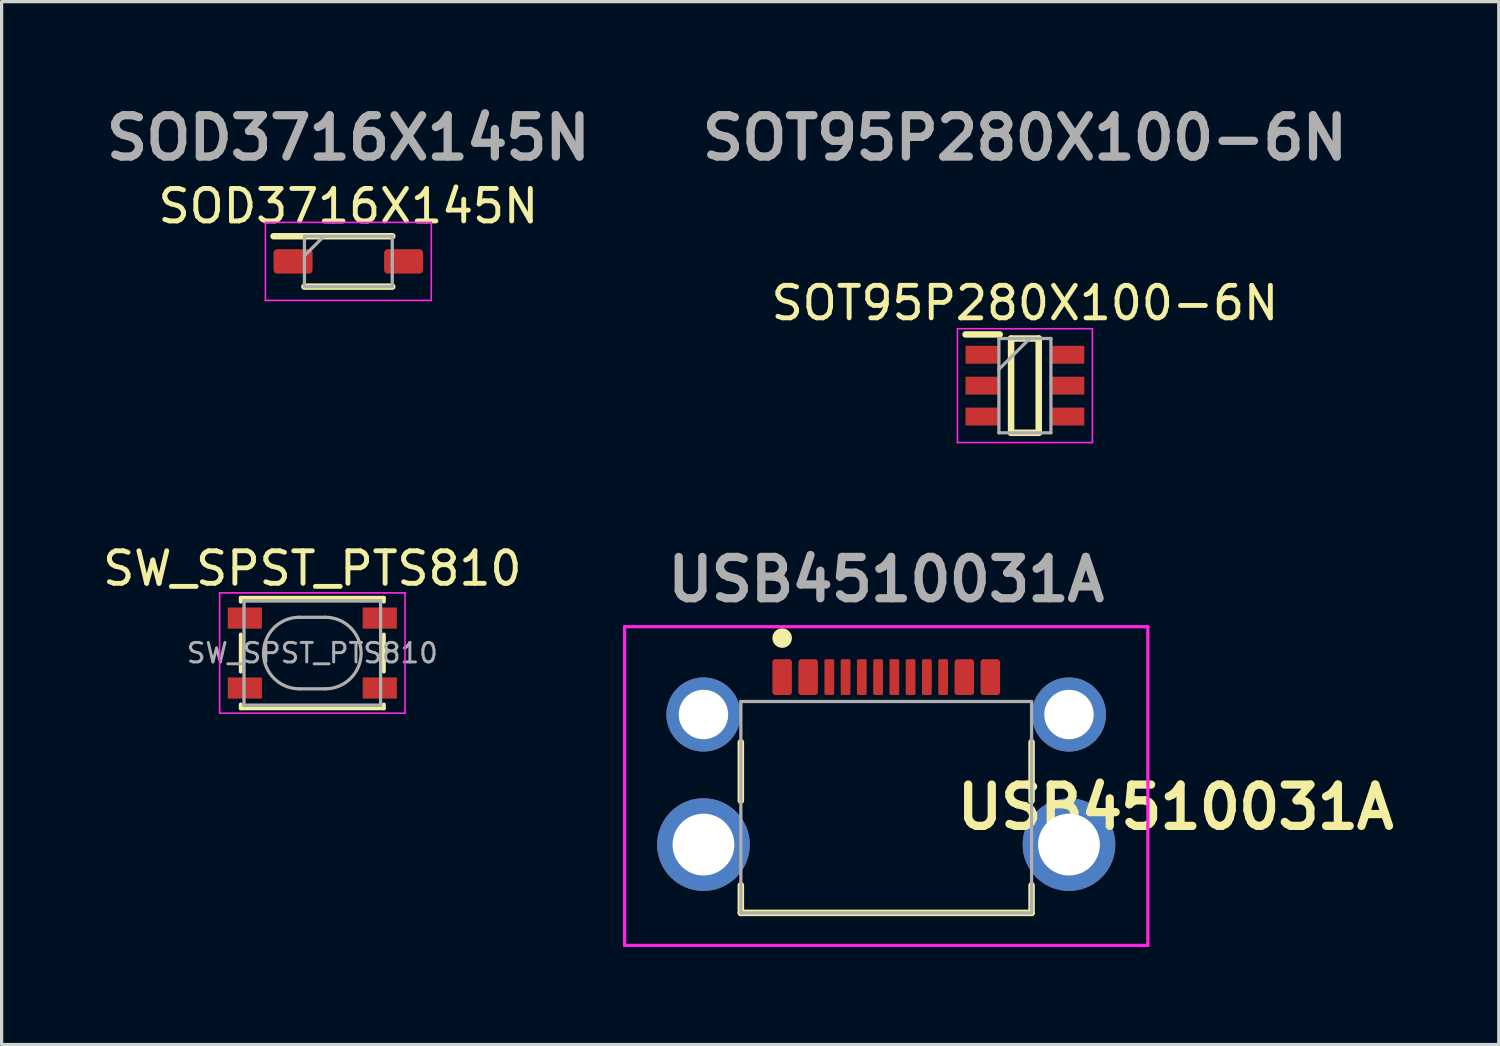
<source format=kicad_pcb>
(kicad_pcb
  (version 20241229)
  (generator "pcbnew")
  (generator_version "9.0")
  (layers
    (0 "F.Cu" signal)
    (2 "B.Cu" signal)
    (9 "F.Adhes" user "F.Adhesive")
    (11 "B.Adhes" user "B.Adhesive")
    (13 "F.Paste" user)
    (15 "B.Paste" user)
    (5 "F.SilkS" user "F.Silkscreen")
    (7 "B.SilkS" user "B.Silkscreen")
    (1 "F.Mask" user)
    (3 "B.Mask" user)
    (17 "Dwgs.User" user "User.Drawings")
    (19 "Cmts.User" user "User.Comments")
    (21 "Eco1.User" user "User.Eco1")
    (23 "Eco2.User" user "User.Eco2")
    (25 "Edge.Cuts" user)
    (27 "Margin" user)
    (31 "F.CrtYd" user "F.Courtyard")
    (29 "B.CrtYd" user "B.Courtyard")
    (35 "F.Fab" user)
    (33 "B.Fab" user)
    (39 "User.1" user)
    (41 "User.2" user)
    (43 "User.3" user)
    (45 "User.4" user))
  (footprint "SOT95P280X100-6N"
    (layer "F.Cu")
    (at 28.467 8.809)
    (property "Reference" "SOT95P280X100-6N" (at 0 -2.54 0) (layer "F.SilkS") (effects (font (size 1 1) (thickness 0.15))))
    (attr smd)
    (fp_line (start -1.825 -1.575) (end -0.775 -1.575) (stroke (width 0.2) (type solid)) (layer "F.SilkS"))
    (fp_line (start -0.425 -1.45) (end 0.425 -1.45) (stroke (width 0.2) (type solid)) (layer "F.SilkS"))
    (fp_line (start -0.425 1.45) (end -0.425 -1.45) (stroke (width 0.2) (type solid)) (layer "F.SilkS"))
    (fp_line (start 0.425 -1.45) (end 0.425 1.45) (stroke (width 0.2) (type solid)) (layer "F.SilkS"))
    (fp_line (start 0.425 1.45) (end -0.425 1.45) (stroke (width 0.2) (type solid)) (layer "F.SilkS"))
    (fp_line (start -2.075 -1.75) (end 2.075 -1.75) (stroke (width 0.05) (type solid)) (layer "F.CrtYd"))
    (fp_line (start -2.075 1.75) (end -2.075 -1.75) (stroke (width 0.05) (type solid)) (layer "F.CrtYd"))
    (fp_line (start 2.075 -1.75) (end 2.075 1.75) (stroke (width 0.05) (type solid)) (layer "F.CrtYd"))
    (fp_line (start 2.075 1.75) (end -2.075 1.75) (stroke (width 0.05) (type solid)) (layer "F.CrtYd"))
    (fp_line (start -0.8 -1.45) (end 0.8 -1.45) (stroke (width 0.1) (type solid)) (layer "F.Fab"))
    (fp_line (start -0.8 -0.5) (end 0.15 -1.45) (stroke (width 0.1) (type solid)) (layer "F.Fab"))
    (fp_line (start -0.8 1.45) (end -0.8 -1.45) (stroke (width 0.1) (type solid)) (layer "F.Fab"))
    (fp_line (start 0.8 -1.45) (end 0.8 1.45) (stroke (width 0.1) (type solid)) (layer "F.Fab"))
    (fp_line (start 0.8 1.45) (end -0.8 1.45) (stroke (width 0.1) (type solid)) (layer "F.Fab"))
    (fp_text user "${REFERENCE}" (at 0 -7.62 0) (layer "F.Fab") (effects (font (size 1.27 1.27) (thickness 0.254))))
    (pad "1" smd rect (at -1.3 -0.95 90) (size 0.55 1.05) (layers "F.Cu" "F.Mask" "F.Paste"))
    (pad "2" smd rect (at -1.3 0 90) (size 0.55 1.05) (layers "F.Cu" "F.Mask" "F.Paste"))
    (pad "3" smd rect (at -1.3 0.95 90) (size 0.55 1.05) (layers "F.Cu" "F.Mask" "F.Paste"))
    (pad "4" smd rect (at 1.3 0.95 90) (size 0.55 1.05) (layers "F.Cu" "F.Mask" "F.Paste"))
    (pad "5" smd rect (at 1.3 0 90) (size 0.55 1.05) (layers "F.Cu" "F.Mask" "F.Paste"))
    (pad "6" smd rect (at 1.3 -0.95 90) (size 0.55 1.05) (layers "F.Cu" "F.Mask" "F.Paste")))
  (footprint "SW_SPST_PTS810"
    (layer "F.Cu")
    (at 6.554 17.032)
    (property "Reference" "SW_SPST_PTS810" (at 0 -2.6 0) (layer "F.SilkS") (effects (font (size 1 1) (thickness 0.15))))
    (attr smd)
    (fp_line (start -2.2 -1.7) (end -2.2 -1.58) (stroke (width 0.12) (type solid)) (layer "F.SilkS"))
    (fp_line (start -2.2 -0.57) (end -2.2 0.57) (stroke (width 0.12) (type solid)) (layer "F.SilkS"))
    (fp_line (start -2.2 1.58) (end -2.2 1.7) (stroke (width 0.12) (type solid)) (layer "F.SilkS"))
    (fp_line (start -2.2 1.7) (end 2.2 1.7) (stroke (width 0.12) (type solid)) (layer "F.SilkS"))
    (fp_line (start 2.2 -1.7) (end -2.2 -1.7) (stroke (width 0.12) (type solid)) (layer "F.SilkS"))
    (fp_line (start 2.2 -1.58) (end 2.2 -1.7) (stroke (width 0.12) (type solid)) (layer "F.SilkS"))
    (fp_line (start 2.2 0.57) (end 2.2 -0.57) (stroke (width 0.12) (type solid)) (layer "F.SilkS"))
    (fp_line (start 2.2 1.7) (end 2.2 1.58) (stroke (width 0.12) (type solid)) (layer "F.SilkS"))
    (fp_line (start -2.85 -1.85) (end 2.85 -1.85) (stroke (width 0.05) (type solid)) (layer "F.CrtYd"))
    (fp_line (start -2.85 1.85) (end -2.85 -1.85) (stroke (width 0.05) (type solid)) (layer "F.CrtYd"))
    (fp_line (start 2.85 -1.85) (end 2.85 1.85) (stroke (width 0.05) (type solid)) (layer "F.CrtYd"))
    (fp_line (start 2.85 1.85) (end -2.85 1.85) (stroke (width 0.05) (type solid)) (layer "F.CrtYd"))
    (fp_line (start -2.1 -1.6) (end -2.1 1.6) (stroke (width 0.1) (type solid)) (layer "F.Fab"))
    (fp_line (start -2.1 1.6) (end 2.1 1.6) (stroke (width 0.1) (type solid)) (layer "F.Fab"))
    (fp_line (start -0.4 -1.1) (end 0.4 -1.1) (stroke (width 0.1) (type solid)) (layer "F.Fab"))
    (fp_line (start 0.4 1.1) (end -0.4 1.1) (stroke (width 0.1) (type solid)) (layer "F.Fab"))
    (fp_line (start 2.1 -1.6) (end -2.1 -1.6) (stroke (width 0.1) (type solid)) (layer "F.Fab"))
    (fp_line (start 2.1 1.6) (end 2.1 -1.6) (stroke (width 0.1) (type solid)) (layer "F.Fab"))
    (fp_arc (start -0.4 1.1) (mid -1.5 0) (end -0.4 -1.1) (stroke (width 0.1) (type solid)) (layer "F.Fab"))
    (fp_arc (start 0.4 -1.1) (mid 1.5 0) (end 0.4 1.1) (stroke (width 0.1) (type solid)) (layer "F.Fab"))
    (fp_text user "${REFERENCE}" (at 0 0 0) (layer "F.Fab") (effects (font (size 0.6 0.6) (thickness 0.09))))
    (pad "1" smd rect (at -2.075 -1.075) (size 1.05 0.65) (layers "F.Cu" "F.Mask" "F.Paste"))
    (pad "1" smd rect (at 2.075 -1.075) (size 1.05 0.65) (layers "F.Cu" "F.Mask" "F.Paste"))
    (pad "2" smd rect (at -2.075 1.075) (size 1.05 0.65) (layers "F.Cu" "F.Mask" "F.Paste"))
    (pad "2" smd rect (at 2.075 1.075) (size 1.05 0.65) (layers "F.Cu" "F.Mask" "F.Paste")))
  (footprint "USB4510031A"
    (layer "F.Cu")
    (at 24.202 21.772)
    (property "Reference" "USB4510031A" (at 8.9 0 0) (layer "F.SilkS") (effects (font (size 1.27 1.27) (thickness 0.254))))
    (attr through_hole)
    (fp_line (start -4.47 -2) (end -4.47 -0.2) (stroke (width 0.2) (type solid)) (layer "F.SilkS"))
    (fp_line (start -4.47 3.25) (end -4.47 2.4) (stroke (width 0.2) (type solid)) (layer "F.SilkS"))
    (fp_line (start -3.2 -5.2) (end -3.2 -5.2) (stroke (width 0.6) (type solid)) (layer "F.SilkS"))
    (fp_line (start 4.47 -2) (end 4.47 -0.2) (stroke (width 0.2) (type solid)) (layer "F.SilkS"))
    (fp_line (start 4.47 2.4) (end 4.47 3.25) (stroke (width 0.2) (type solid)) (layer "F.SilkS"))
    (fp_line (start 4.47 3.25) (end -4.47 3.25) (stroke (width 0.2) (type solid)) (layer "F.SilkS"))
    (fp_line (start -8.045 -5.55) (end 8.045 -5.55) (stroke (width 0.1) (type solid)) (layer "F.CrtYd"))
    (fp_line (start -8.045 4.25) (end -8.045 -5.55) (stroke (width 0.1) (type solid)) (layer "F.CrtYd"))
    (fp_line (start 8.045 -5.55) (end 8.045 4.25) (stroke (width 0.1) (type solid)) (layer "F.CrtYd"))
    (fp_line (start 8.045 4.25) (end -8.045 4.25) (stroke (width 0.1) (type solid)) (layer "F.CrtYd"))
    (fp_line (start -4.47 -3.25) (end -4.47 3.25) (stroke (width 0.1) (type solid)) (layer "F.Fab"))
    (fp_line (start -4.47 3.25) (end 4.47 3.25) (stroke (width 0.1) (type solid)) (layer "F.Fab"))
    (fp_line (start 4.47 -3.25) (end -4.47 -3.25) (stroke (width 0.1) (type solid)) (layer "F.Fab"))
    (fp_line (start 4.47 3.25) (end 4.47 -3.25) (stroke (width 0.1) (type solid)) (layer "F.Fab"))
    (fp_text user "${REFERENCE}" (at 0 -7 0) (layer "F.Fab") (effects (font (size 1.27 1.27) (thickness 0.254))))
    (pad "A1" smd roundrect (at -3.2 -4) (size 0.6 1.1) (layers "F.Cu" "F.Mask" "F.Paste") (roundrect_rratio 0.15))
    (pad "A4" smd roundrect (at -2.4 -4) (size 0.6 1.1) (layers "F.Cu" "F.Mask" "F.Paste") (roundrect_rratio 0.15))
    (pad "A5" smd roundrect (at -1.25 -4) (size 0.3 1.1) (layers "F.Cu" "F.Mask" "F.Paste") (roundrect_rratio 0.15))
    (pad "A6" smd roundrect (at -0.25 -4) (size 0.3 1.1) (layers "F.Cu" "F.Mask" "F.Paste") (roundrect_rratio 0.15))
    (pad "A7" smd roundrect (at 0.25 -4) (size 0.3 1.1) (layers "F.Cu" "F.Mask" "F.Paste") (roundrect_rratio 0.15))
    (pad "A8" smd roundrect (at 1.25 -4) (size 0.3 1.1) (layers "F.Cu" "F.Mask" "F.Paste") (roundrect_rratio 0.15))
    (pad "A9" smd roundrect (at 2.4 -4) (size 0.6 1.1) (layers "F.Cu" "F.Mask" "F.Paste") (roundrect_rratio 0.15))
    (pad "A12" smd roundrect (at 3.2 -4) (size 0.6 1.1) (layers "F.Cu" "F.Mask" "F.Paste") (roundrect_rratio 0.15))
    (pad "B5" smd roundrect (at 1.75 -4) (size 0.3 1.1) (layers "F.Cu" "F.Mask" "F.Paste") (roundrect_rratio 0.15))
    (pad "B6" smd roundrect (at 0.75 -4) (size 0.3 1.1) (layers "F.Cu" "F.Mask" "F.Paste") (roundrect_rratio 0.15))
    (pad "B7" smd roundrect (at -0.75 -4) (size 0.3 1.1) (layers "F.Cu" "F.Mask" "F.Paste") (roundrect_rratio 0.15))
    (pad "B8" smd roundrect (at -1.75 -4) (size 0.3 1.1) (layers "F.Cu" "F.Mask" "F.Paste") (roundrect_rratio 0.15))
    (pad "MH1" thru_hole circle (at -5.62 -2.85) (size 2.28 2.28) (drill 1.52) (layers "*.Cu" "*.Mask"))
    (pad "MH2" thru_hole circle (at -5.62 1.15) (size 2.85 2.85) (drill 1.9) (layers "*.Cu" "*.Mask"))
    (pad "MH3" thru_hole circle (at 5.62 1.15) (size 2.85 2.85) (drill 1.9) (layers "*.Cu" "*.Mask"))
    (pad "MH4" thru_hole circle (at 5.62 -2.85) (size 2.28 2.28) (drill 1.52) (layers "*.Cu" "*.Mask")))
  (footprint "SOD3716X145N"
    (layer "F.Cu")
    (at 7.662 4.989)
    (property "Reference" "SOD3716X145N" (at 0 -1.7 0) (layer "F.SilkS") (effects (font (size 1 1) (thickness 0.15))))
    (attr smd)
    (fp_line (start -2.3 -0.775) (end 1.35 -0.775) (stroke (width 0.2) (type solid)) (layer "F.SilkS"))
    (fp_line (start -1.35 0.775) (end 1.35 0.775) (stroke (width 0.2) (type solid)) (layer "F.SilkS"))
    (fp_line (start -2.55 -1.2) (end 2.55 -1.2) (stroke (width 0.05) (type solid)) (layer "F.CrtYd"))
    (fp_line (start -2.55 1.2) (end -2.55 -1.2) (stroke (width 0.05) (type solid)) (layer "F.CrtYd"))
    (fp_line (start 2.55 -1.2) (end 2.55 1.2) (stroke (width 0.05) (type solid)) (layer "F.CrtYd"))
    (fp_line (start 2.55 1.2) (end -2.55 1.2) (stroke (width 0.05) (type solid)) (layer "F.CrtYd"))
    (fp_line (start -1.35 -0.775) (end 1.35 -0.775) (stroke (width 0.1) (type solid)) (layer "F.Fab"))
    (fp_line (start -1.35 -0.175) (end -0.75 -0.775) (stroke (width 0.1) (type solid)) (layer "F.Fab"))
    (fp_line (start -1.35 0.775) (end -1.35 -0.775) (stroke (width 0.1) (type solid)) (layer "F.Fab"))
    (fp_line (start 1.35 -0.775) (end 1.35 0.775) (stroke (width 0.1) (type solid)) (layer "F.Fab"))
    (fp_line (start 1.35 0.775) (end -1.35 0.775) (stroke (width 0.1) (type solid)) (layer "F.Fab"))
    (fp_text user "${REFERENCE}" (at 0 -3.8 0) (layer "F.Fab") (effects (font (size 1.27 1.27) (thickness 0.254))))
    (pad "1" smd roundrect (at -1.7 0 90) (size 0.75 1.2) (layers "F.Cu" "F.Mask" "F.Paste") (roundrect_rratio 0.15))
    (pad "2" smd roundrect (at 1.7 0 90) (size 0.75 1.2) (layers "F.Cu" "F.Mask" "F.Paste") (roundrect_rratio 0.15)))
  (gr_rect
    (start -3 -3)
    (end 43.039 29.072)
    (stroke (width 0.1) (type default))
    (fill no)
    (layer "Edge.Cuts")))
</source>
